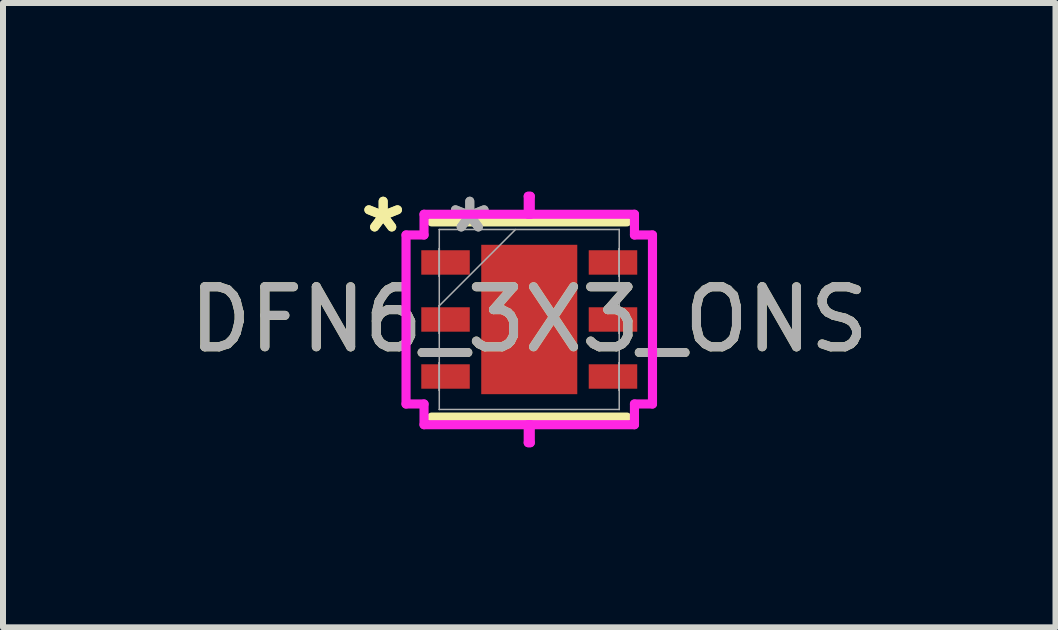
<source format=kicad_pcb>
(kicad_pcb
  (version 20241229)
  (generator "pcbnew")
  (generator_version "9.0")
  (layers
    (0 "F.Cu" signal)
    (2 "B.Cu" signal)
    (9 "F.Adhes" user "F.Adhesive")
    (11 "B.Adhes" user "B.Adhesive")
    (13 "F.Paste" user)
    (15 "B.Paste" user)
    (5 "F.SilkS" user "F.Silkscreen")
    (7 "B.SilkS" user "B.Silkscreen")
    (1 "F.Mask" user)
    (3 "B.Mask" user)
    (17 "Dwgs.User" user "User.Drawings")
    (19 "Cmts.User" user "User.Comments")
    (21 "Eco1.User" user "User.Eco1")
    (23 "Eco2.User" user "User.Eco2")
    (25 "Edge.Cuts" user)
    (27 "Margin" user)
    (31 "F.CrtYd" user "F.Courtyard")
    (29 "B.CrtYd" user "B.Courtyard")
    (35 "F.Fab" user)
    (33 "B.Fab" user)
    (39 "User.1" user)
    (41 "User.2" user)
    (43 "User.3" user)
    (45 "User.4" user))
  (footprint "DFN6_3X3_ONS"
    (layer "F.Cu")
    (at 5.768 2.273)
    (property "Reference" "DFN6_3X3_ONS" (at 0 0 0) (unlocked yes) (layer "F.SilkS") (effects (font (size 1 1) (thickness 0.15))))
    (attr smd)
    (fp_line (start -1.626 1.626) (end 1.626 1.626) (stroke (width 0.152) (type solid)) (layer "F.SilkS"))
    (fp_line (start 1.626 -1.626) (end -1.626 -1.626) (stroke (width 0.152) (type solid)) (layer "F.SilkS"))
    (fp_line (start -2.053 -1.408) (end -1.753 -1.408) (stroke (width 0.152) (type solid)) (layer "F.CrtYd"))
    (fp_line (start -2.053 1.408) (end -2.053 -1.408) (stroke (width 0.152) (type solid)) (layer "F.CrtYd"))
    (fp_line (start -1.753 -1.753) (end 0.017 -1.753) (stroke (width 0.152) (type solid)) (layer "F.CrtYd"))
    (fp_line (start -1.753 -1.408) (end -1.753 -1.753) (stroke (width 0.152) (type solid)) (layer "F.CrtYd"))
    (fp_line (start -1.753 1.408) (end -2.053 1.408) (stroke (width 0.152) (type solid)) (layer "F.CrtYd"))
    (fp_line (start -1.753 1.753) (end -1.753 1.408) (stroke (width 0.152) (type solid)) (layer "F.CrtYd"))
    (fp_line (start -0.017 -2.053) (end -0.017 -1.753) (stroke (width 0.152) (type solid)) (layer "F.CrtYd"))
    (fp_line (start -0.017 -1.753) (end 1.753 -1.753) (stroke (width 0.152) (type solid)) (layer "F.CrtYd"))
    (fp_line (start -0.017 1.753) (end -0.017 2.053) (stroke (width 0.152) (type solid)) (layer "F.CrtYd"))
    (fp_line (start -0.017 2.053) (end 0.017 2.053) (stroke (width 0.152) (type solid)) (layer "F.CrtYd"))
    (fp_line (start 0.017 -2.053) (end -0.017 -2.053) (stroke (width 0.152) (type solid)) (layer "F.CrtYd"))
    (fp_line (start 0.017 -1.753) (end 0.017 -2.053) (stroke (width 0.152) (type solid)) (layer "F.CrtYd"))
    (fp_line (start 0.017 1.753) (end -1.753 1.753) (stroke (width 0.152) (type solid)) (layer "F.CrtYd"))
    (fp_line (start 0.017 2.053) (end 0.017 1.753) (stroke (width 0.152) (type solid)) (layer "F.CrtYd"))
    (fp_line (start 1.753 -1.753) (end 1.753 -1.408) (stroke (width 0.152) (type solid)) (layer "F.CrtYd"))
    (fp_line (start 1.753 -1.408) (end 2.053 -1.408) (stroke (width 0.152) (type solid)) (layer "F.CrtYd"))
    (fp_line (start 1.753 1.408) (end 1.753 1.753) (stroke (width 0.152) (type solid)) (layer "F.CrtYd"))
    (fp_line (start 1.753 1.753) (end -0.017 1.753) (stroke (width 0.152) (type solid)) (layer "F.CrtYd"))
    (fp_line (start 2.053 -1.408) (end 2.053 1.408) (stroke (width 0.152) (type solid)) (layer "F.CrtYd"))
    (fp_line (start 2.053 1.408) (end 1.753 1.408) (stroke (width 0.152) (type solid)) (layer "F.CrtYd"))
    (fp_line (start -1.499 -1.499) (end -1.499 -1.499) (stroke (width 0.025) (type solid)) (layer "F.Fab"))
    (fp_line (start -1.499 -1.499) (end -1.499 1.499) (stroke (width 0.025) (type solid)) (layer "F.Fab"))
    (fp_line (start -1.499 -1.179) (end -1.499 -1.179) (stroke (width 0.025) (type solid)) (layer "F.Fab"))
    (fp_line (start -1.499 -1.179) (end -1.499 -0.721) (stroke (width 0.025) (type solid)) (layer "F.Fab"))
    (fp_line (start -1.499 -0.721) (end -1.499 -1.179) (stroke (width 0.025) (type solid)) (layer "F.Fab"))
    (fp_line (start -1.499 -0.721) (end -1.499 -0.721) (stroke (width 0.025) (type solid)) (layer "F.Fab"))
    (fp_line (start -1.499 -0.229) (end -1.499 -0.229) (stroke (width 0.025) (type solid)) (layer "F.Fab"))
    (fp_line (start -1.499 -0.229) (end -1.499 0.229) (stroke (width 0.025) (type solid)) (layer "F.Fab"))
    (fp_line (start -1.499 -0.229) (end -0.229 -1.499) (stroke (width 0.025) (type solid)) (layer "F.Fab"))
    (fp_line (start -1.499 0.229) (end -1.499 -0.229) (stroke (width 0.025) (type solid)) (layer "F.Fab"))
    (fp_line (start -1.499 0.229) (end -1.499 0.229) (stroke (width 0.025) (type solid)) (layer "F.Fab"))
    (fp_line (start -1.499 0.721) (end -1.499 0.721) (stroke (width 0.025) (type solid)) (layer "F.Fab"))
    (fp_line (start -1.499 0.721) (end -1.499 1.179) (stroke (width 0.025) (type solid)) (layer "F.Fab"))
    (fp_line (start -1.499 1.179) (end -1.499 0.721) (stroke (width 0.025) (type solid)) (layer "F.Fab"))
    (fp_line (start -1.499 1.179) (end -1.499 1.179) (stroke (width 0.025) (type solid)) (layer "F.Fab"))
    (fp_line (start -1.499 1.499) (end -1.499 1.499) (stroke (width 0.025) (type solid)) (layer "F.Fab"))
    (fp_line (start -1.499 1.499) (end 1.499 1.499) (stroke (width 0.025) (type solid)) (layer "F.Fab"))
    (fp_line (start 1.499 -1.499) (end -1.499 -1.499) (stroke (width 0.025) (type solid)) (layer "F.Fab"))
    (fp_line (start 1.499 -1.499) (end 1.499 -1.499) (stroke (width 0.025) (type solid)) (layer "F.Fab"))
    (fp_line (start 1.499 -1.179) (end 1.499 -1.179) (stroke (width 0.025) (type solid)) (layer "F.Fab"))
    (fp_line (start 1.499 -1.179) (end 1.499 -0.721) (stroke (width 0.025) (type solid)) (layer "F.Fab"))
    (fp_line (start 1.499 -0.721) (end 1.499 -1.179) (stroke (width 0.025) (type solid)) (layer "F.Fab"))
    (fp_line (start 1.499 -0.721) (end 1.499 -0.721) (stroke (width 0.025) (type solid)) (layer "F.Fab"))
    (fp_line (start 1.499 -0.229) (end 1.499 -0.229) (stroke (width 0.025) (type solid)) (layer "F.Fab"))
    (fp_line (start 1.499 -0.229) (end 1.499 0.229) (stroke (width 0.025) (type solid)) (layer "F.Fab"))
    (fp_line (start 1.499 0.229) (end 1.499 -0.229) (stroke (width 0.025) (type solid)) (layer "F.Fab"))
    (fp_line (start 1.499 0.229) (end 1.499 0.229) (stroke (width 0.025) (type solid)) (layer "F.Fab"))
    (fp_line (start 1.499 0.721) (end 1.499 0.721) (stroke (width 0.025) (type solid)) (layer "F.Fab"))
    (fp_line (start 1.499 0.721) (end 1.499 1.179) (stroke (width 0.025) (type solid)) (layer "F.Fab"))
    (fp_line (start 1.499 1.179) (end 1.499 0.721) (stroke (width 0.025) (type solid)) (layer "F.Fab"))
    (fp_line (start 1.499 1.179) (end 1.499 1.179) (stroke (width 0.025) (type solid)) (layer "F.Fab"))
    (fp_line (start 1.499 1.499) (end 1.499 -1.499) (stroke (width 0.025) (type solid)) (layer "F.Fab"))
    (fp_line (start 1.499 1.499) (end 1.499 1.499) (stroke (width 0.025) (type solid)) (layer "F.Fab"))
    (fp_text user "*" (at -2.434 -1.425 0) (unlocked yes) (layer "F.SilkS") (effects (font (size 1 1) (thickness 0.15))))
    (fp_text user "*" (at -2.434 -1.425 0) (layer "F.SilkS") (effects (font (size 1 1) (thickness 0.15))))
    (fp_text user "${REFERENCE}" (at 0 0 0) (unlocked yes) (layer "F.Fab") (effects (font (size 1 1) (thickness 0.15))))
    (fp_text user "*" (at -0.991 -1.425 0) (layer "F.Fab") (effects (font (size 1 1) (thickness 0.15))))
    (fp_text user "*" (at -0.991 -1.425 0) (unlocked yes) (layer "F.Fab") (effects (font (size 1 1) (thickness 0.15))))
    (pad "1" smd rect (at -1.395 -0.95 90) (size 0.407 0.808) (layers "F.Cu" "F.Mask" "F.Paste"))
    (pad "2" smd rect (at -1.395 0 90) (size 0.407 0.808) (layers "F.Cu" "F.Mask" "F.Paste"))
    (pad "3" smd rect (at -1.395 0.95 90) (size 0.407 0.808) (layers "F.Cu" "F.Mask" "F.Paste"))
    (pad "4" smd rect (at 1.395 0.95 90) (size 0.407 0.808) (layers "F.Cu" "F.Mask" "F.Paste"))
    (pad "5" smd rect (at 1.395 0 90) (size 0.407 0.808) (layers "F.Cu" "F.Mask" "F.Paste"))
    (pad "6" smd rect (at 1.395 -0.95 90) (size 0.407 0.808) (layers "F.Cu" "F.Mask" "F.Paste"))
    (pad "7" smd rect (at 0 0) (size 1.6 2.489) (layers "F.Cu" "F.Mask" "F.Paste")))
  (gr_rect
    (start -3 -3)
    (end 14.536 7.402)
    (stroke (width 0.1) (type default))
    (fill no)
    (layer "Edge.Cuts")))
</source>
